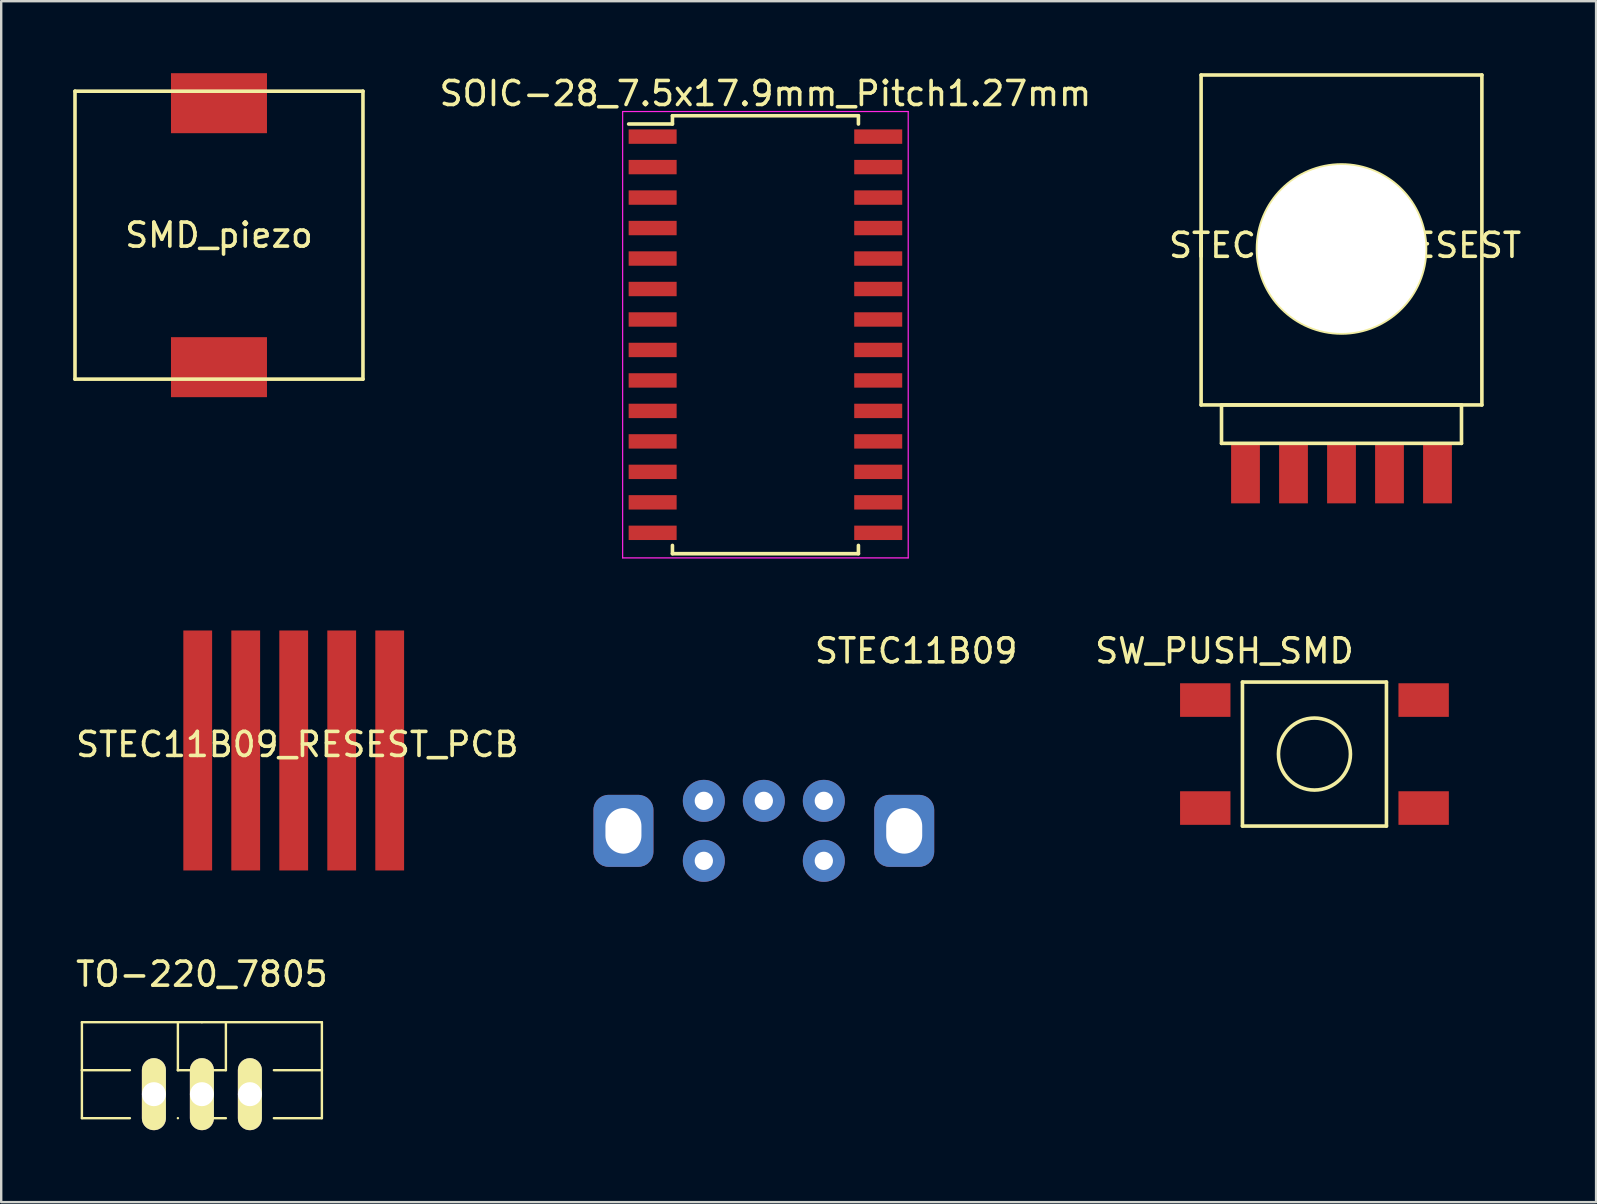
<source format=kicad_pcb>
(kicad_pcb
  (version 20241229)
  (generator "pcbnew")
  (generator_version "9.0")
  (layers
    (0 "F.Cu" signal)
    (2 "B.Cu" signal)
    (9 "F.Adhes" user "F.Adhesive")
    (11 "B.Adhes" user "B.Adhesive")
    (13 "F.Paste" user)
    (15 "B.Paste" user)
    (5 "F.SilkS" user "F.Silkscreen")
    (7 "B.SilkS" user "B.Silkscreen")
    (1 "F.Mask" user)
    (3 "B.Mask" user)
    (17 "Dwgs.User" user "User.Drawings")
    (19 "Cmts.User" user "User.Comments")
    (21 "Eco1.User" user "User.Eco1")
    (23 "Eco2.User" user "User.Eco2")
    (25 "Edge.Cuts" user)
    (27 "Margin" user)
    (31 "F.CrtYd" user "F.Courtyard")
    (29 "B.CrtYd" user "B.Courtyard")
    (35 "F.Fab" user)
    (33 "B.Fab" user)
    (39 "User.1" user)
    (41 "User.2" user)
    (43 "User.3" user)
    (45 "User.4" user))
  (footprint "STEC11B09"
    (layer "F.Cu")
    (at 28.779 31.572)
    (property "Reference" "STEC11B09" (at 6.35 -7.5 0) (layer "F.SilkS") (effects (font (size 1 1) (thickness 0.15))))
    (attr through_hole)
    (pad "A" thru_hole circle (at 2.5 -1.25) (size 1.75 1.75) (drill 0.762) (layers "*.Cu" "*.Mask"))
    (pad "B" thru_hole circle (at -2.5 -1.25) (size 1.75 1.75) (drill 0.762) (layers "*.Cu" "*.Mask"))
    (pad "C" thru_hole roundrect (at -5.85 0) (size 2.5 3) (drill oval 1.5 1.9) (layers "*.Cu" "*.Mask") (roundrect_rratio 0.25))
    (pad "C" thru_hole circle (at 0 -1.25) (size 1.75 1.75) (drill 0.762) (layers "*.Cu" "*.Mask"))
    (pad "C" thru_hole roundrect (at 5.85 0) (size 2.5 3) (drill oval 1.5 1.9) (layers "*.Cu" "*.Mask") (roundrect_rratio 0.25))
    (pad "S1" thru_hole circle (at -2.5 1.25) (size 1.75 1.75) (drill 0.762) (layers "*.Cu" "*.Mask"))
    (pad "S2" thru_hole circle (at 2.5 1.25) (size 1.75 1.75) (drill 0.762) (layers "*.Cu" "*.Mask")))
  (footprint "SW_PUSH_SMD"
    (layer "F.Cu")
    (at 51.724 28.372)
    (property "Reference" "SW_PUSH_SMD" (at -3.75 -4.3 0) (layer "F.SilkS") (effects (font (size 1 1) (thickness 0.15))))
    (attr through_hole)
    (fp_line (start -3 -3) (end 3 -3) (stroke (width 0.15) (type solid)) (layer "F.SilkS"))
    (fp_line (start -3 3) (end -3 -3) (stroke (width 0.15) (type solid)) (layer "F.SilkS"))
    (fp_line (start 3 -3) (end 3 3) (stroke (width 0.15) (type solid)) (layer "F.SilkS"))
    (fp_line (start 3 3) (end -3 3) (stroke (width 0.15) (type solid)) (layer "F.SilkS"))
    (fp_circle (center 0 0) (end 1.5 0) (stroke (width 0.15) (type solid)) (fill no) (layer "F.SilkS"))
    (pad "1" smd rect (at 4.55 2.25) (size 2.1 1.4) (layers "F.Cu" "F.Mask" "F.Paste"))
    (pad "2" smd rect (at -4.55 2.25) (size 2.1 1.4) (layers "F.Cu" "F.Mask" "F.Paste"))
    (pad "3" smd rect (at 4.55 -2.25) (size 2.1 1.4) (layers "F.Cu" "F.Mask" "F.Paste"))
    (pad "4" smd rect (at -4.55 -2.25) (size 2.1 1.4) (layers "F.Cu" "F.Mask" "F.Paste")))
  (footprint "SOIC-28_7.5x17.9mm_Pitch1.27mm"
    (layer "F.Cu")
    (at 28.846 10.898)
    (property "Reference" "SOIC-28_7.5x17.9mm_Pitch1.27mm" (at 0 -10.05 0) (layer "F.SilkS") (effects (font (size 1 1) (thickness 0.15))))
    (attr smd)
    (fp_line (start -3.875 -9.125) (end -3.875 -8.78) (stroke (width 0.15) (type solid)) (layer "F.SilkS"))
    (fp_line (start -3.875 -9.125) (end 3.875 -9.125) (stroke (width 0.15) (type solid)) (layer "F.SilkS"))
    (fp_line (start -3.875 -8.78) (end -5.7 -8.78) (stroke (width 0.15) (type solid)) (layer "F.SilkS"))
    (fp_line (start -3.875 9.125) (end -3.875 8.78) (stroke (width 0.15) (type solid)) (layer "F.SilkS"))
    (fp_line (start -3.875 9.125) (end 3.875 9.125) (stroke (width 0.15) (type solid)) (layer "F.SilkS"))
    (fp_line (start 3.875 -9.125) (end 3.875 -8.78) (stroke (width 0.15) (type solid)) (layer "F.SilkS"))
    (fp_line (start 3.875 9.125) (end 3.875 8.78) (stroke (width 0.15) (type solid)) (layer "F.SilkS"))
    (fp_line (start -5.95 -9.3) (end -5.95 9.3) (stroke (width 0.05) (type solid)) (layer "F.CrtYd"))
    (fp_line (start -5.95 -9.3) (end 5.95 -9.3) (stroke (width 0.05) (type solid)) (layer "F.CrtYd"))
    (fp_line (start -5.95 9.3) (end 5.95 9.3) (stroke (width 0.05) (type solid)) (layer "F.CrtYd"))
    (fp_line (start 5.95 -9.3) (end 5.95 9.3) (stroke (width 0.05) (type solid)) (layer "F.CrtYd"))
    (pad "1" smd rect (at -4.7 -8.255) (size 2 0.6) (layers "F.Cu" "F.Mask" "F.Paste"))
    (pad "2" smd rect (at -4.7 -6.985) (size 2 0.6) (layers "F.Cu" "F.Mask" "F.Paste"))
    (pad "3" smd rect (at -4.7 -5.715) (size 2 0.6) (layers "F.Cu" "F.Mask" "F.Paste"))
    (pad "4" smd rect (at -4.7 -4.445) (size 2 0.6) (layers "F.Cu" "F.Mask" "F.Paste"))
    (pad "5" smd rect (at -4.7 -3.175) (size 2 0.6) (layers "F.Cu" "F.Mask" "F.Paste"))
    (pad "6" smd rect (at -4.7 -1.905) (size 2 0.6) (layers "F.Cu" "F.Mask" "F.Paste"))
    (pad "7" smd rect (at -4.7 -0.635) (size 2 0.6) (layers "F.Cu" "F.Mask" "F.Paste"))
    (pad "8" smd rect (at -4.7 0.635) (size 2 0.6) (layers "F.Cu" "F.Mask" "F.Paste"))
    (pad "9" smd rect (at -4.7 1.905) (size 2 0.6) (layers "F.Cu" "F.Mask" "F.Paste"))
    (pad "10" smd rect (at -4.7 3.175) (size 2 0.6) (layers "F.Cu" "F.Mask" "F.Paste"))
    (pad "11" smd rect (at -4.7 4.445) (size 2 0.6) (layers "F.Cu" "F.Mask" "F.Paste"))
    (pad "12" smd rect (at -4.7 5.715) (size 2 0.6) (layers "F.Cu" "F.Mask" "F.Paste"))
    (pad "13" smd rect (at -4.7 6.985) (size 2 0.6) (layers "F.Cu" "F.Mask" "F.Paste"))
    (pad "14" smd rect (at -4.7 8.255) (size 2 0.6) (layers "F.Cu" "F.Mask" "F.Paste"))
    (pad "15" smd rect (at 4.7 8.255) (size 2 0.6) (layers "F.Cu" "F.Mask" "F.Paste"))
    (pad "16" smd rect (at 4.7 6.985) (size 2 0.6) (layers "F.Cu" "F.Mask" "F.Paste"))
    (pad "17" smd rect (at 4.7 5.715) (size 2 0.6) (layers "F.Cu" "F.Mask" "F.Paste"))
    (pad "18" smd rect (at 4.7 4.445) (size 2 0.6) (layers "F.Cu" "F.Mask" "F.Paste"))
    (pad "19" smd rect (at 4.7 3.175) (size 2 0.6) (layers "F.Cu" "F.Mask" "F.Paste"))
    (pad "20" smd rect (at 4.7 1.905) (size 2 0.6) (layers "F.Cu" "F.Mask" "F.Paste"))
    (pad "21" smd rect (at 4.7 0.635) (size 2 0.6) (layers "F.Cu" "F.Mask" "F.Paste"))
    (pad "22" smd rect (at 4.7 -0.635) (size 2 0.6) (layers "F.Cu" "F.Mask" "F.Paste"))
    (pad "23" smd rect (at 4.7 -1.905) (size 2 0.6) (layers "F.Cu" "F.Mask" "F.Paste"))
    (pad "24" smd rect (at 4.7 -3.175) (size 2 0.6) (layers "F.Cu" "F.Mask" "F.Paste"))
    (pad "25" smd rect (at 4.7 -4.445) (size 2 0.6) (layers "F.Cu" "F.Mask" "F.Paste"))
    (pad "26" smd rect (at 4.7 -5.715) (size 2 0.6) (layers "F.Cu" "F.Mask" "F.Paste"))
    (pad "27" smd rect (at 4.7 -6.985) (size 2 0.6) (layers "F.Cu" "F.Mask" "F.Paste"))
    (pad "28" smd rect (at 4.7 -8.255) (size 2 0.6) (layers "F.Cu" "F.Mask" "F.Paste")))
  (footprint "TO-220_7805"
    (layer "F.Cu")
    (at 5.363 42.545)
    (property "Reference" "TO-220_7805" (at 0 -5 0) (layer "F.SilkS") (effects (font (size 1 1) (thickness 0.15))))
    (attr through_hole)
    (fp_line (start -5 -1) (end -5 -3) (stroke (width 0.1) (type solid)) (layer "F.SilkS"))
    (fp_line (start -5 -1) (end -3 -1) (stroke (width 0.1) (type solid)) (layer "F.SilkS"))
    (fp_line (start -5 1) (end -5 -1) (stroke (width 0.1) (type solid)) (layer "F.SilkS"))
    (fp_line (start -5 1) (end -3 1) (stroke (width 0.1) (type solid)) (layer "F.SilkS"))
    (fp_line (start -1 -3) (end -1 -1) (stroke (width 0.1) (type solid)) (layer "F.SilkS"))
    (fp_line (start -1 -1) (end -1 -1) (stroke (width 0.1) (type solid)) (layer "F.SilkS"))
    (fp_line (start -1 -1) (end 0 -1) (stroke (width 0.1) (type solid)) (layer "F.SilkS"))
    (fp_line (start -1 1) (end -1 1) (stroke (width 0.1) (type solid)) (layer "F.SilkS"))
    (fp_line (start 0 -3) (end -5 -3) (stroke (width 0.1) (type solid)) (layer "F.SilkS"))
    (fp_line (start 0 -3) (end 5 -3) (stroke (width 0.1) (type solid)) (layer "F.SilkS"))
    (fp_line (start 0 -1) (end 1 -1) (stroke (width 0.1) (type solid)) (layer "F.SilkS"))
    (fp_line (start 1 -3) (end 1 -1) (stroke (width 0.1) (type solid)) (layer "F.SilkS"))
    (fp_line (start 1 1) (end 0 1) (stroke (width 0.1) (type solid)) (layer "F.SilkS"))
    (fp_line (start 5 -3) (end 5 -1) (stroke (width 0.1) (type solid)) (layer "F.SilkS"))
    (fp_line (start 5 -1) (end 3 -1) (stroke (width 0.1) (type solid)) (layer "F.SilkS"))
    (fp_line (start 5 -1) (end 5 1) (stroke (width 0.1) (type solid)) (layer "F.SilkS"))
    (fp_line (start 5 1) (end 3 1) (stroke (width 0.1) (type solid)) (layer "F.SilkS"))
    (pad "GND" thru_hole oval (at 0 0 90) (size 3 1) (drill 1) (layers "*.Cu" "*.Mask" "F.SilkS"))
    (pad "VI" thru_hole oval (at -2 0 90) (size 3 1) (drill 1) (layers "*.Cu" "*.Mask" "F.SilkS"))
    (pad "VO" thru_hole oval (at 2 0 90) (size 3 1) (drill 1) (layers "*.Cu" "*.Mask" "F.SilkS")))
  (footprint "STEC11B09_RESEST_PCB"
    (layer "F.Cu")
    (at 9.189 28.123)
    (property "Reference" "STEC11B09_RESEST_PCB" (at 0.15 -0.15 0) (layer "F.SilkS") (effects (font (size 1 1) (thickness 0.15))))
    (attr through_hole)
    (pad "1" smd rect (at -4 0.1) (size 1.2 10) (layers "F.Cu" "F.Mask" "F.Paste"))
    (pad "2" smd rect (at -2 0.1) (size 1.2 10) (layers "F.Cu" "F.Mask" "F.Paste"))
    (pad "3" smd rect (at 0 0.1) (size 1.2 10) (layers "F.Cu" "F.Mask" "F.Paste"))
    (pad "4" smd rect (at 2 0.1) (size 1.2 10) (layers "F.Cu" "F.Mask" "F.Paste"))
    (pad "5" smd rect (at 4 0.1) (size 1.2 10) (layers "F.Cu" "F.Mask" "F.Paste")))
  (footprint "SMD_piezo"
    (layer "F.Cu")
    (at 6.075 6.75)
    (property "Reference" "SMD_piezo" (at 0 0 0) (layer "F.SilkS") (effects (font (size 1 1) (thickness 0.15))))
    (attr through_hole)
    (fp_line (start -6 -6) (end -6 6) (stroke (width 0.15) (type solid)) (layer "F.SilkS"))
    (fp_line (start -6 -6) (end 6 -6) (stroke (width 0.15) (type solid)) (layer "F.SilkS"))
    (fp_line (start 6 -6) (end 6 6) (stroke (width 0.15) (type solid)) (layer "F.SilkS"))
    (fp_line (start 6 6) (end -6 6) (stroke (width 0.15) (type solid)) (layer "F.SilkS"))
    (pad "1" smd rect (at 0 -5.5) (size 4 2.5) (layers "F.Cu" "F.Mask" "F.Paste"))
    (pad "2" smd rect (at 0 5.5) (size 4 2.5) (layers "F.Cu" "F.Mask" "F.Paste")))
  (footprint "STEC11B09_RESEST"
    (layer "F.Cu")
    (at 52.851 7.325)
    (property "Reference" "STEC11B09_RESEST" (at 0.15 -0.15 0) (layer "F.SilkS") (effects (font (size 1 1) (thickness 0.15))))
    (attr through_hole)
    (fp_line (start -5.85 -7.25) (end 5.85 -7.25) (stroke (width 0.15) (type solid)) (layer "F.SilkS"))
    (fp_line (start -5.85 6.5) (end -5.85 -7.25) (stroke (width 0.15) (type solid)) (layer "F.SilkS"))
    (fp_line (start -5 6.5) (end -5 8.1) (stroke (width 0.15) (type solid)) (layer "F.SilkS"))
    (fp_line (start 5 6.5) (end -5 6.5) (stroke (width 0.15) (type solid)) (layer "F.SilkS"))
    (fp_line (start 5 6.5) (end 5 8.1) (stroke (width 0.15) (type solid)) (layer "F.SilkS"))
    (fp_line (start 5 8.1) (end -5 8.1) (stroke (width 0.15) (type solid)) (layer "F.SilkS"))
    (fp_line (start 5.85 -7.25) (end 5.85 6.5) (stroke (width 0.15) (type solid)) (layer "F.SilkS"))
    (fp_line (start 5.85 6.5) (end -5.85 6.5) (stroke (width 0.15) (type solid)) (layer "F.SilkS"))
    (fp_circle (center 0 0) (end 3.5 0) (stroke (width 0.15) (type solid)) (fill no) (layer "F.SilkS"))
    (pad "" thru_hole circle (at 0 0) (size 7 7) (drill 7) (layers "*.Cu" "*.Mask"))
    (pad "1" smd rect (at -4 9.35) (size 1.2 2.5) (layers "F.Cu" "F.Mask" "F.Paste"))
    (pad "2" smd rect (at -2 9.35) (size 1.2 2.5) (layers "F.Cu" "F.Mask" "F.Paste"))
    (pad "3" smd rect (at 0 9.35) (size 1.2 2.5) (layers "F.Cu" "F.Mask" "F.Paste"))
    (pad "4" smd rect (at 2 9.35) (size 1.2 2.5) (layers "F.Cu" "F.Mask" "F.Paste"))
    (pad "5" smd rect (at 4 9.35) (size 1.2 2.5) (layers "F.Cu" "F.Mask" "F.Paste")))
  (gr_rect
    (start -3 -3)
    (end 63.46 47.045)
    (stroke (width 0.1) (type default))
    (fill no)
    (layer "Edge.Cuts")))
</source>
